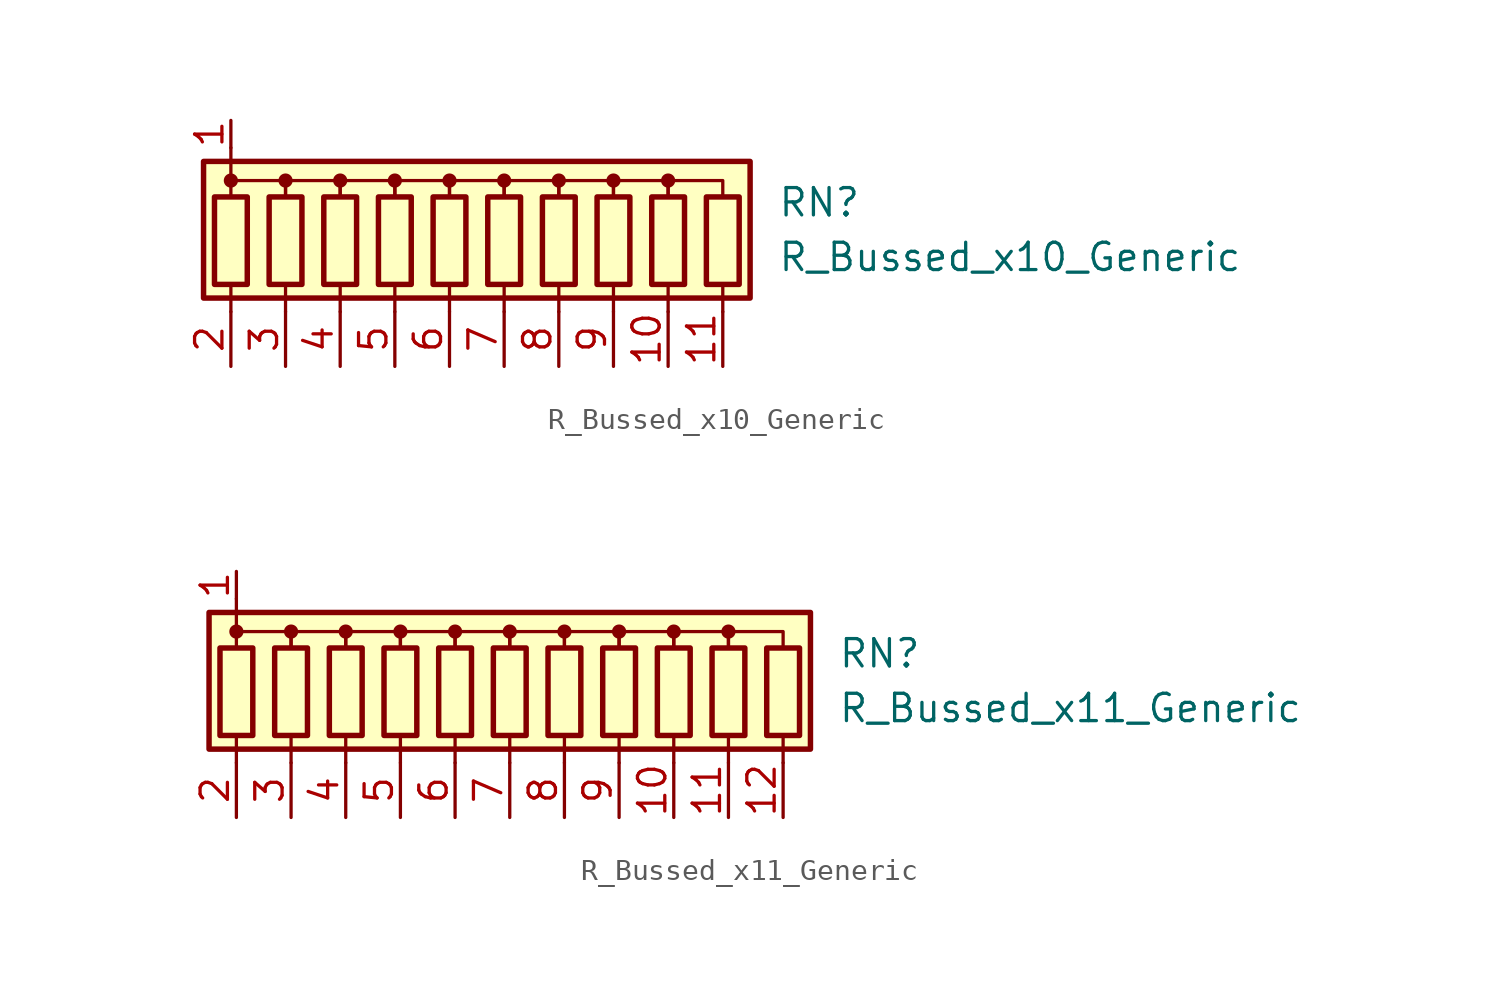
<source format=kicad_sym>
(kicad_symbol_lib
  (version 20211014)
  (generator kicad_symbol_editor)
  (symbol "R_Bussed_x10_Generic"
    (pin_names
      (offset 0.002) hide)
    (property "Reference" "RN"
      (at 12.7 1.27 0)
      (effects (font (size 1.27 1.27)) (justify left)))
    (property "Value" "R_Bussed_x10_Generic"
      (at 12.7 -1.27 0)
      (effects (font (size 1.27 1.27)) (justify left)))
    (symbol "R_Bussed_x10_Generic_0_1"
      (rectangle (start -13.97 -3.175) (end 11.43 3.175) (stroke (width 0.254) (type default) (color 0 0 0 0)) (fill (type background)))
      (rectangle (start -13.462 1.524) (end -11.938 -2.54) (stroke (width 0.254) (type default) (color 0 0 0 0)) (fill (type none)))
      (circle (center -12.7 2.286) (radius 0.254) (stroke (width 0) (type default) (color 0 0 0 0)) (fill (type outline)))
      (rectangle (start -10.922 1.524) (end -9.398 -2.54) (stroke (width 0.254) (type default) (color 0 0 0 0)) (fill (type none)))
      (circle (center -10.16 2.286) (radius 0.254) (stroke (width 0) (type default) (color 0 0 0 0)) (fill (type outline)))
      (rectangle (start -8.382 1.524) (end -6.858 -2.54) (stroke (width 0.254) (type default) (color 0 0 0 0)) (fill (type none)))
      (circle (center -7.62 2.286) (radius 0.254) (stroke (width 0) (type default) (color 0 0 0 0)) (fill (type outline)))
      (rectangle (start -5.842 1.524) (end -4.318 -2.54) (stroke (width 0.254) (type default) (color 0 0 0 0)) (fill (type none)))
      (circle (center -5.08 2.286) (radius 0.254) (stroke (width 0) (type default) (color 0 0 0 0)) (fill (type outline)))
      (rectangle (start -3.302 1.524) (end -1.778 -2.54) (stroke (width 0.254) (type default) (color 0 0 0 0)) (fill (type none)))
      (circle (center -2.54 2.286) (radius 0.254) (stroke (width 0) (type default) (color 0 0 0 0)) (fill (type outline)))
      (rectangle (start -0.762 1.524) (end 0.762 -2.54) (stroke (width 0.254) (type default) (color 0 0 0 0)) (fill (type none)))
      (polyline (pts (xy -12.7 -2.54) (xy -12.7 -3.81)) (stroke (width 0) (type default) (color 0 0 0 0)) (fill (type none)))
      (polyline (pts (xy -12.7 3.81) (xy -12.7 2.54)) (stroke (width 0) (type default) (color 0 0 0 0)) (fill (type none)))
      (polyline (pts (xy -10.16 -2.54) (xy -10.16 -3.81)) (stroke (width 0) (type default) (color 0 0 0 0)) (fill (type none)))
      (polyline (pts (xy -7.62 -2.54) (xy -7.62 -3.81)) (stroke (width 0) (type default) (color 0 0 0 0)) (fill (type none)))
      (polyline (pts (xy -5.08 -2.54) (xy -5.08 -3.81)) (stroke (width 0) (type default) (color 0 0 0 0)) (fill (type none)))
      (polyline (pts (xy -2.54 -2.54) (xy -2.54 -3.81)) (stroke (width 0) (type default) (color 0 0 0 0)) (fill (type none)))
      (polyline (pts (xy 0 -2.54) (xy 0 -3.81)) (stroke (width 0) (type default) (color 0 0 0 0)) (fill (type none)))
      (polyline (pts (xy 2.54 -2.54) (xy 2.54 -3.81)) (stroke (width 0) (type default) (color 0 0 0 0)) (fill (type none)))
      (polyline (pts (xy 5.08 -2.54) (xy 5.08 -3.81)) (stroke (width 0) (type default) (color 0 0 0 0)) (fill (type none)))
      (polyline (pts (xy 7.62 -2.54) (xy 7.62 -3.81)) (stroke (width 0) (type default) (color 0 0 0 0)) (fill (type none)))
      (polyline (pts (xy 10.16 -2.54) (xy 10.16 -3.81)) (stroke (width 0) (type default) (color 0 0 0 0)) (fill (type none)))
      (polyline (pts (xy -12.7 1.524) (xy -12.7 2.286) (xy -10.16 2.286) (xy -10.16 1.524)) (stroke (width 0) (type default) (color 0 0 0 0)) (fill (type none)))
      (polyline (pts (xy -10.16 1.524) (xy -10.16 2.286) (xy -7.62 2.286) (xy -7.62 1.524)) (stroke (width 0) (type default) (color 0 0 0 0)) (fill (type none)))
      (polyline (pts (xy -7.62 1.524) (xy -7.62 2.286) (xy -5.08 2.286) (xy -5.08 1.524)) (stroke (width 0) (type default) (color 0 0 0 0)) (fill (type none)))
      (polyline (pts (xy -5.08 1.524) (xy -5.08 2.286) (xy -2.54 2.286) (xy -2.54 1.524)) (stroke (width 0) (type default) (color 0 0 0 0)) (fill (type none)))
      (polyline (pts (xy -2.54 1.524) (xy -2.54 2.286) (xy 0 2.286) (xy 0 1.524)) (stroke (width 0) (type default) (color 0 0 0 0)) (fill (type none)))
      (polyline (pts (xy 0 1.524) (xy 0 2.286) (xy 2.54 2.286) (xy 2.54 1.524)) (stroke (width 0) (type default) (color 0 0 0 0)) (fill (type none)))
      (polyline (pts (xy 2.54 1.524) (xy 2.54 2.286) (xy 5.08 2.286) (xy 5.08 1.524)) (stroke (width 0) (type default) (color 0 0 0 0)) (fill (type none)))
      (polyline (pts (xy 5.08 1.524) (xy 5.08 2.286) (xy 7.62 2.286) (xy 7.62 1.524)) (stroke (width 0) (type default) (color 0 0 0 0)) (fill (type none)))
      (polyline (pts (xy 7.62 1.524) (xy 7.62 2.286) (xy 10.16 2.286) (xy 10.16 1.524)) (stroke (width 0) (type default) (color 0 0 0 0)) (fill (type none)))
      (circle (center 0 2.286) (radius 0.254) (stroke (width 0) (type default) (color 0 0 0 0)) (fill (type outline)))
      (rectangle (start 1.778 1.524) (end 3.302 -2.54) (stroke (width 0.254) (type default) (color 0 0 0 0)) (fill (type none)))
      (circle (center 2.54 2.286) (radius 0.254) (stroke (width 0) (type default) (color 0 0 0 0)) (fill (type outline)))
      (rectangle (start 4.318 1.524) (end 5.842 -2.54) (stroke (width 0.254) (type default) (color 0 0 0 0)) (fill (type none)))
      (circle (center 5.08 2.286) (radius 0.254) (stroke (width 0) (type default) (color 0 0 0 0)) (fill (type outline)))
      (rectangle (start 6.858 1.524) (end 8.382 -2.54) (stroke (width 0.254) (type default) (color 0 0 0 0)) (fill (type none)))
      (circle (center 7.62 2.286) (radius 0.254) (stroke (width 0) (type default) (color 0 0 0 0)) (fill (type outline)))
      (rectangle (start 9.398 1.524) (end 10.922 -2.54) (stroke (width 0.254) (type default) (color 0 0 0 0)) (fill (type none))))
    (symbol "R_Bussed_x10_Generic_1_1"
      (pin passive line (at -12.7 5.08 270) (length 1.27) (name "common" (effects (font (size 1.27 1.27)))) (number "1" (effects (font (size 1.27 1.27)))))
      (pin passive line (at 7.62 -6.35 90) (length 2.54) (name "R9" (effects (font (size 1.27 1.27)))) (number "10" (effects (font (size 1.27 1.27)))))
      (pin passive line (at 10.16 -6.35 90) (length 2.54) (name "R10" (effects (font (size 1.27 1.27)))) (number "11" (effects (font (size 1.27 1.27)))))
      (pin passive line (at -12.7 -6.35 90) (length 2.54) (name "R1" (effects (font (size 1.27 1.27)))) (number "2" (effects (font (size 1.27 1.27)))))
      (pin passive line (at -10.16 -6.35 90) (length 2.54) (name "R2" (effects (font (size 1.27 1.27)))) (number "3" (effects (font (size 1.27 1.27)))))
      (pin passive line (at -7.62 -6.35 90) (length 2.54) (name "R3" (effects (font (size 1.27 1.27)))) (number "4" (effects (font (size 1.27 1.27)))))
      (pin passive line (at -5.08 -6.35 90) (length 2.54) (name "R4" (effects (font (size 1.27 1.27)))) (number "5" (effects (font (size 1.27 1.27)))))
      (pin passive line (at -2.54 -6.35 90) (length 2.54) (name "R5" (effects (font (size 1.27 1.27)))) (number "6" (effects (font (size 1.27 1.27)))))
      (pin passive line (at 0 -6.35 90) (length 2.54) (name "R6" (effects (font (size 1.27 1.27)))) (number "7" (effects (font (size 1.27 1.27)))))
      (pin passive line (at 2.54 -6.35 90) (length 2.54) (name "R7" (effects (font (size 1.27 1.27)))) (number "8" (effects (font (size 1.27 1.27)))))
      (pin passive line (at 5.08 -6.35 90) (length 2.54) (name "R8" (effects (font (size 1.27 1.27)))) (number "9" (effects (font (size 1.27 1.27)))))))
  (symbol "R_Bussed_x11_Generic"
    (pin_names
      (offset 0.002) hide)
    (property "Reference" "RN"
      (at 15.24 1.27 0)
      (effects (font (size 1.27 1.27)) (justify left)))
    (property "Value" "R_Bussed_x11_Generic"
      (at 15.24 -1.27 0)
      (effects (font (size 1.27 1.27)) (justify left)))
    (symbol "R_Bussed_x11_Generic_0_1"
      (rectangle (start -13.97 -3.175) (end 13.97 3.175) (stroke (width 0.254) (type default) (color 0 0 0 0)) (fill (type background)))
      (rectangle (start -13.462 1.524) (end -11.938 -2.54) (stroke (width 0.254) (type default) (color 0 0 0 0)) (fill (type none)))
      (circle (center -12.7 2.286) (radius 0.254) (stroke (width 0) (type default) (color 0 0 0 0)) (fill (type outline)))
      (rectangle (start -10.922 1.524) (end -9.398 -2.54) (stroke (width 0.254) (type default) (color 0 0 0 0)) (fill (type none)))
      (circle (center -10.16 2.286) (radius 0.254) (stroke (width 0) (type default) (color 0 0 0 0)) (fill (type outline)))
      (rectangle (start -8.382 1.524) (end -6.858 -2.54) (stroke (width 0.254) (type default) (color 0 0 0 0)) (fill (type none)))
      (circle (center -7.62 2.286) (radius 0.254) (stroke (width 0) (type default) (color 0 0 0 0)) (fill (type outline)))
      (rectangle (start -5.842 1.524) (end -4.318 -2.54) (stroke (width 0.254) (type default) (color 0 0 0 0)) (fill (type none)))
      (circle (center -5.08 2.286) (radius 0.254) (stroke (width 0) (type default) (color 0 0 0 0)) (fill (type outline)))
      (rectangle (start -3.302 1.524) (end -1.778 -2.54) (stroke (width 0.254) (type default) (color 0 0 0 0)) (fill (type none)))
      (circle (center -2.54 2.286) (radius 0.254) (stroke (width 0) (type default) (color 0 0 0 0)) (fill (type outline)))
      (rectangle (start -0.762 1.524) (end 0.762 -2.54) (stroke (width 0.254) (type default) (color 0 0 0 0)) (fill (type none)))
      (polyline (pts (xy -12.7 -2.54) (xy -12.7 -3.81)) (stroke (width 0) (type default) (color 0 0 0 0)) (fill (type none)))
      (polyline (pts (xy -12.7 3.81) (xy -12.7 2.54)) (stroke (width 0) (type default) (color 0 0 0 0)) (fill (type none)))
      (polyline (pts (xy -10.16 -2.54) (xy -10.16 -3.81)) (stroke (width 0) (type default) (color 0 0 0 0)) (fill (type none)))
      (polyline (pts (xy -7.62 -2.54) (xy -7.62 -3.81)) (stroke (width 0) (type default) (color 0 0 0 0)) (fill (type none)))
      (polyline (pts (xy -5.08 -2.54) (xy -5.08 -3.81)) (stroke (width 0) (type default) (color 0 0 0 0)) (fill (type none)))
      (polyline (pts (xy -2.54 -2.54) (xy -2.54 -3.81)) (stroke (width 0) (type default) (color 0 0 0 0)) (fill (type none)))
      (polyline (pts (xy 0 -2.54) (xy 0 -3.81)) (stroke (width 0) (type default) (color 0 0 0 0)) (fill (type none)))
      (polyline (pts (xy 2.54 -2.54) (xy 2.54 -3.81)) (stroke (width 0) (type default) (color 0 0 0 0)) (fill (type none)))
      (polyline (pts (xy 5.08 -2.54) (xy 5.08 -3.81)) (stroke (width 0) (type default) (color 0 0 0 0)) (fill (type none)))
      (polyline (pts (xy 7.62 -2.54) (xy 7.62 -3.81)) (stroke (width 0) (type default) (color 0 0 0 0)) (fill (type none)))
      (polyline (pts (xy 10.16 -2.54) (xy 10.16 -3.81)) (stroke (width 0) (type default) (color 0 0 0 0)) (fill (type none)))
      (polyline (pts (xy 12.7 -2.54) (xy 12.7 -3.81)) (stroke (width 0) (type default) (color 0 0 0 0)) (fill (type none)))
      (polyline (pts (xy -12.7 1.524) (xy -12.7 2.286) (xy -10.16 2.286) (xy -10.16 1.524)) (stroke (width 0) (type default) (color 0 0 0 0)) (fill (type none)))
      (polyline (pts (xy -10.16 1.524) (xy -10.16 2.286) (xy -7.62 2.286) (xy -7.62 1.524)) (stroke (width 0) (type default) (color 0 0 0 0)) (fill (type none)))
      (polyline (pts (xy -7.62 1.524) (xy -7.62 2.286) (xy -5.08 2.286) (xy -5.08 1.524)) (stroke (width 0) (type default) (color 0 0 0 0)) (fill (type none)))
      (polyline (pts (xy -5.08 1.524) (xy -5.08 2.286) (xy -2.54 2.286) (xy -2.54 1.524)) (stroke (width 0) (type default) (color 0 0 0 0)) (fill (type none)))
      (polyline (pts (xy -2.54 1.524) (xy -2.54 2.286) (xy 0 2.286) (xy 0 1.524)) (stroke (width 0) (type default) (color 0 0 0 0)) (fill (type none)))
      (polyline (pts (xy 0 1.524) (xy 0 2.286) (xy 2.54 2.286) (xy 2.54 1.524)) (stroke (width 0) (type default) (color 0 0 0 0)) (fill (type none)))
      (polyline (pts (xy 2.54 1.524) (xy 2.54 2.286) (xy 5.08 2.286) (xy 5.08 1.524)) (stroke (width 0) (type default) (color 0 0 0 0)) (fill (type none)))
      (polyline (pts (xy 5.08 1.524) (xy 5.08 2.286) (xy 7.62 2.286) (xy 7.62 1.524)) (stroke (width 0) (type default) (color 0 0 0 0)) (fill (type none)))
      (polyline (pts (xy 7.62 1.524) (xy 7.62 2.286) (xy 10.16 2.286) (xy 10.16 1.524)) (stroke (width 0) (type default) (color 0 0 0 0)) (fill (type none)))
      (polyline (pts (xy 10.16 1.524) (xy 10.16 2.286) (xy 12.7 2.286) (xy 12.7 1.524)) (stroke (width 0) (type default) (color 0 0 0 0)) (fill (type none)))
      (circle (center 0 2.286) (radius 0.254) (stroke (width 0) (type default) (color 0 0 0 0)) (fill (type outline)))
      (rectangle (start 1.778 1.524) (end 3.302 -2.54) (stroke (width 0.254) (type default) (color 0 0 0 0)) (fill (type none)))
      (circle (center 2.54 2.286) (radius 0.254) (stroke (width 0) (type default) (color 0 0 0 0)) (fill (type outline)))
      (rectangle (start 4.318 1.524) (end 5.842 -2.54) (stroke (width 0.254) (type default) (color 0 0 0 0)) (fill (type none)))
      (circle (center 5.08 2.286) (radius 0.254) (stroke (width 0) (type default) (color 0 0 0 0)) (fill (type outline)))
      (rectangle (start 6.858 1.524) (end 8.382 -2.54) (stroke (width 0.254) (type default) (color 0 0 0 0)) (fill (type none)))
      (circle (center 7.62 2.286) (radius 0.254) (stroke (width 0) (type default) (color 0 0 0 0)) (fill (type outline)))
      (rectangle (start 9.398 1.524) (end 10.922 -2.54) (stroke (width 0.254) (type default) (color 0 0 0 0)) (fill (type none)))
      (circle (center 10.16 2.286) (radius 0.254) (stroke (width 0) (type default) (color 0 0 0 0)) (fill (type outline)))
      (rectangle (start 11.938 1.524) (end 13.462 -2.54) (stroke (width 0.254) (type default) (color 0 0 0 0)) (fill (type none))))
    (symbol "R_Bussed_x11_Generic_1_1"
      (pin passive line (at -12.7 5.08 270) (length 1.27) (name "common" (effects (font (size 1.27 1.27)))) (number "1" (effects (font (size 1.27 1.27)))))
      (pin passive line (at 7.62 -6.35 90) (length 2.54) (name "R9" (effects (font (size 1.27 1.27)))) (number "10" (effects (font (size 1.27 1.27)))))
      (pin passive line (at 10.16 -6.35 90) (length 2.54) (name "R10" (effects (font (size 1.27 1.27)))) (number "11" (effects (font (size 1.27 1.27)))))
      (pin passive line (at 12.7 -6.35 90) (length 2.54) (name "R11" (effects (font (size 1.27 1.27)))) (number "12" (effects (font (size 1.27 1.27)))))
      (pin passive line (at -12.7 -6.35 90) (length 2.54) (name "R1" (effects (font (size 1.27 1.27)))) (number "2" (effects (font (size 1.27 1.27)))))
      (pin passive line (at -10.16 -6.35 90) (length 2.54) (name "R2" (effects (font (size 1.27 1.27)))) (number "3" (effects (font (size 1.27 1.27)))))
      (pin passive line (at -7.62 -6.35 90) (length 2.54) (name "R3" (effects (font (size 1.27 1.27)))) (number "4" (effects (font (size 1.27 1.27)))))
      (pin passive line (at -5.08 -6.35 90) (length 2.54) (name "R4" (effects (font (size 1.27 1.27)))) (number "5" (effects (font (size 1.27 1.27)))))
      (pin passive line (at -2.54 -6.35 90) (length 2.54) (name "R5" (effects (font (size 1.27 1.27)))) (number "6" (effects (font (size 1.27 1.27)))))
      (pin passive line (at 0 -6.35 90) (length 2.54) (name "R6" (effects (font (size 1.27 1.27)))) (number "7" (effects (font (size 1.27 1.27)))))
      (pin passive line (at 2.54 -6.35 90) (length 2.54) (name "R7" (effects (font (size 1.27 1.27)))) (number "8" (effects (font (size 1.27 1.27)))))
      (pin passive line (at 5.08 -6.35 90) (length 2.54) (name "R8" (effects (font (size 1.27 1.27)))) (number "9" (effects (font (size 1.27 1.27))))))))
</source>
